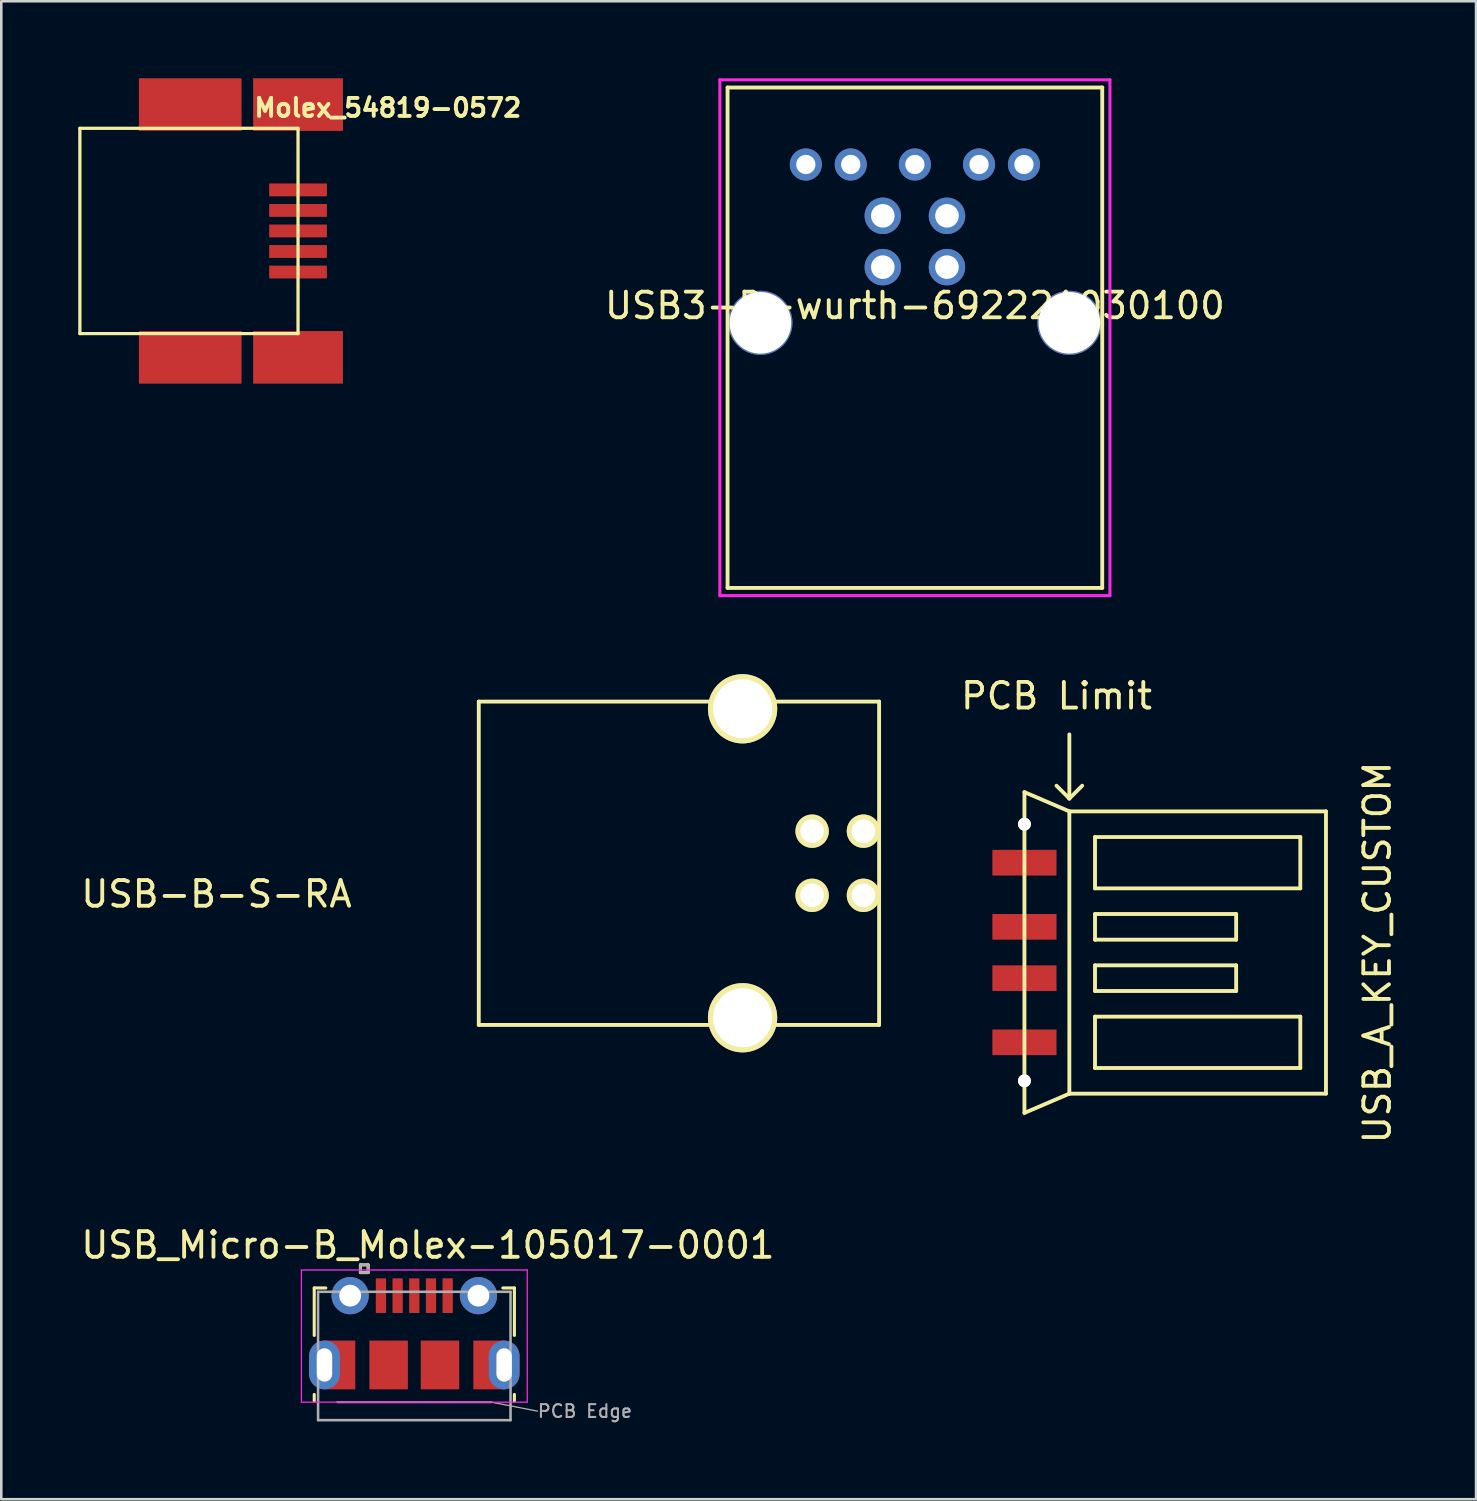
<source format=kicad_pcb>
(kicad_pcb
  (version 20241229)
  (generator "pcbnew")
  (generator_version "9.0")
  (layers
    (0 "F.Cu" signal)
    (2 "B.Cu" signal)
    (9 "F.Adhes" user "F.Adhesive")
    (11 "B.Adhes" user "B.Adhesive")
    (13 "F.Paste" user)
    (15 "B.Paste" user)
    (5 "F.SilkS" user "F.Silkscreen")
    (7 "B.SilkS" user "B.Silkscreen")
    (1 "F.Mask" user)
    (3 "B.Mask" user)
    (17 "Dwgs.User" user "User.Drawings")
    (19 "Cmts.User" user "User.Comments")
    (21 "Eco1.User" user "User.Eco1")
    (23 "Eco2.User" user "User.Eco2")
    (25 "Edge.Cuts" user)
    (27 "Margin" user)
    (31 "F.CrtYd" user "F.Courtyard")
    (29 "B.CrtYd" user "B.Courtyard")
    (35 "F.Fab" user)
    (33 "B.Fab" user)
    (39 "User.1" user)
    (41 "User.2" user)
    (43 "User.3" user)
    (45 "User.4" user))
  (footprint "USB_A_KEY_CUSTOM"
    (layer "F.Cu")
    (at 38.621 34.068)
    (property "Reference" "USB_A_KEY_CUSTOM" (at 12 0 90) (layer "F.SilkS") (effects (font (size 1 1) (thickness 0.15))))
    (attr through_hole)
    (fp_line (start -1.75 -6.25) (end -1.75 6.25) (stroke (width 0.15) (type solid)) (layer "F.SilkS"))
    (fp_line (start 0 -8.5) (end 0 -6) (stroke (width 0.15) (type solid)) (layer "F.SilkS"))
    (fp_line (start 0 -6) (end -0.5 -6.5) (stroke (width 0.15) (type solid)) (layer "F.SilkS"))
    (fp_line (start 0 -6) (end 0.5 -6.5) (stroke (width 0.15) (type solid)) (layer "F.SilkS"))
    (fp_line (start 0 -5.5) (end -1.75 -6.25) (stroke (width 0.15) (type solid)) (layer "F.SilkS"))
    (fp_line (start 0 -5.5) (end 0 5.5) (stroke (width 0.15) (type solid)) (layer "F.SilkS"))
    (fp_line (start 0 5.5) (end -1.75 6.25) (stroke (width 0.15) (type solid)) (layer "F.SilkS"))
    (fp_line (start 0 5.5) (end 10 5.5) (stroke (width 0.15) (type solid)) (layer "F.SilkS"))
    (fp_line (start 1 -4.5) (end 1 -2.5) (stroke (width 0.15) (type solid)) (layer "F.SilkS"))
    (fp_line (start 1 -2.5) (end 9 -2.5) (stroke (width 0.15) (type solid)) (layer "F.SilkS"))
    (fp_line (start 1 -1.5) (end 6.5 -1.5) (stroke (width 0.15) (type solid)) (layer "F.SilkS"))
    (fp_line (start 1 -0.5) (end 1 -1.5) (stroke (width 0.15) (type solid)) (layer "F.SilkS"))
    (fp_line (start 1 0.5) (end 6.5 0.5) (stroke (width 0.15) (type solid)) (layer "F.SilkS"))
    (fp_line (start 1 1.5) (end 1 0.5) (stroke (width 0.15) (type solid)) (layer "F.SilkS"))
    (fp_line (start 1 2.5) (end 9 2.5) (stroke (width 0.15) (type solid)) (layer "F.SilkS"))
    (fp_line (start 1 4.5) (end 1 2.5) (stroke (width 0.15) (type solid)) (layer "F.SilkS"))
    (fp_line (start 6.5 -1.5) (end 6.5 -0.5) (stroke (width 0.15) (type solid)) (layer "F.SilkS"))
    (fp_line (start 6.5 -0.5) (end 1 -0.5) (stroke (width 0.15) (type solid)) (layer "F.SilkS"))
    (fp_line (start 6.5 0.5) (end 6.5 1.5) (stroke (width 0.15) (type solid)) (layer "F.SilkS"))
    (fp_line (start 6.5 1.5) (end 1 1.5) (stroke (width 0.15) (type solid)) (layer "F.SilkS"))
    (fp_line (start 9 -4.5) (end 1 -4.5) (stroke (width 0.15) (type solid)) (layer "F.SilkS"))
    (fp_line (start 9 -2.5) (end 9 -4.5) (stroke (width 0.15) (type solid)) (layer "F.SilkS"))
    (fp_line (start 9 2.5) (end 9 4.5) (stroke (width 0.15) (type solid)) (layer "F.SilkS"))
    (fp_line (start 9 4.5) (end 1 4.5) (stroke (width 0.15) (type solid)) (layer "F.SilkS"))
    (fp_line (start 10 -5.5) (end 0 -5.5) (stroke (width 0.15) (type solid)) (layer "F.SilkS"))
    (fp_line (start 10 5.5) (end 10 -5.5) (stroke (width 0.15) (type solid)) (layer "F.SilkS"))
    (fp_text user "PCB Limit" (at -0.5 -10 0) (layer "F.SilkS") (effects (font (size 1 1) (thickness 0.15))))
    (pad "" np_thru_hole circle (at -1.75 -5) (size 0.5 0.5) (drill 0.5) (layers "*.Cu" "*.Mask" "F.SilkS"))
    (pad "" np_thru_hole circle (at -1.75 5) (size 0.5 0.5) (drill 0.5) (layers "*.Cu" "*.Mask" "F.SilkS"))
    (pad "1" smd rect (at -1.75 -3.5) (size 2.5 1) (layers "F.Cu" "F.Mask" "F.Paste"))
    (pad "2" smd rect (at -1.75 -1) (size 2.5 1) (layers "F.Cu" "F.Mask" "F.Paste"))
    (pad "3" smd rect (at -1.75 1) (size 2.5 1) (layers "F.Cu" "F.Mask" "F.Paste"))
    (pad "4" smd rect (at -1.75 3.5) (size 2.5 1) (layers "F.Cu" "F.Mask" "F.Paste")))
  (footprint "USB-B-S-RA"
    (layer "F.Cu")
    (at 25.887 30.59)
    (property "Reference" "USB-B-S-RA" (at -20.5 1.2 0) (layer "F.SilkS") (effects (font (size 1 1) (thickness 0.15))))
    (attr through_hole)
    (fp_line (start -10.28 -6.3) (end -10.28 6.3) (stroke (width 0.15) (type solid)) (layer "F.SilkS"))
    (fp_line (start 0 -6.3) (end -10.28 -6.3) (stroke (width 0.15) (type solid)) (layer "F.SilkS"))
    (fp_line (start 0 -6.3) (end 5.32 -6.3) (stroke (width 0.15) (type solid)) (layer "F.SilkS"))
    (fp_line (start 0 6.3) (end -10.28 6.3) (stroke (width 0.15) (type solid)) (layer "F.SilkS"))
    (fp_line (start 0 6.3) (end 5.32 6.3) (stroke (width 0.15) (type solid)) (layer "F.SilkS"))
    (fp_line (start 5.32 -6.3) (end 5.32 6.3) (stroke (width 0.15) (type solid)) (layer "F.SilkS"))
    (pad "1" thru_hole circle (at 4.71 1.25) (size 1.3 1.3) (drill 0.92) (layers "*.Cu" "*.Mask" "F.SilkS"))
    (pad "2" thru_hole circle (at 4.71 -1.25) (size 1.3 1.3) (drill 0.92) (layers "*.Cu" "*.Mask" "F.SilkS"))
    (pad "3" thru_hole circle (at 2.71 -1.25) (size 1.3 1.3) (drill 0.92) (layers "*.Cu" "*.Mask" "F.SilkS"))
    (pad "4" thru_hole circle (at 2.71 1.25) (size 1.3 1.3) (drill 0.92) (layers "*.Cu" "*.Mask" "F.SilkS"))
    (pad "5" thru_hole circle (at 0 -6.02) (size 2.7 2.7) (drill 2.3) (layers "*.Cu" "*.Mask" "F.SilkS"))
    (pad "5" thru_hole circle (at 0 6.02) (size 2.7 2.7) (drill 2.3) (layers "*.Cu" "*.Mask" "F.SilkS")))
  (footprint "USB_Micro-B_Molex-105017-0001"
    (layer "F.Cu")
    (at 13.095 47.44)
    (property "Reference" "USB_Micro-B_Molex-105017-0001" (at 0.53 -1.97 0) (layer "F.SilkS") (effects (font (size 1 1) (thickness 0.15))))
    (attr through_hole)
    (fp_line (start -3.9 -0.3) (end -3.45 -0.3) (stroke (width 0.12) (type solid)) (layer "F.SilkS"))
    (fp_line (start -3.9 1.55) (end -3.9 -0.3) (stroke (width 0.12) (type solid)) (layer "F.SilkS"))
    (fp_line (start -3.9 4.1) (end -3.9 3.85) (stroke (width 0.12) (type solid)) (layer "F.SilkS"))
    (fp_line (start -2.1 -1.2) (end -1.8 -1.2) (stroke (width 0.12) (type solid)) (layer "F.SilkS"))
    (fp_line (start -2.1 -0.9) (end -2.1 -1.2) (stroke (width 0.12) (type solid)) (layer "F.SilkS"))
    (fp_line (start -1.8 -1.2) (end -1.8 -0.9) (stroke (width 0.12) (type solid)) (layer "F.SilkS"))
    (fp_line (start -1.8 -0.9) (end -2.1 -0.9) (stroke (width 0.12) (type solid)) (layer "F.SilkS"))
    (fp_line (start 3.9 -0.3) (end 3.45 -0.3) (stroke (width 0.12) (type solid)) (layer "F.SilkS"))
    (fp_line (start 3.9 1.55) (end 3.9 -0.3) (stroke (width 0.12) (type solid)) (layer "F.SilkS"))
    (fp_line (start 3.9 4.1) (end 3.9 3.85) (stroke (width 0.12) (type solid)) (layer "F.SilkS"))
    (fp_line (start -4.4 -1) (end 4.4 -1) (stroke (width 0.05) (type solid)) (layer "F.CrtYd"))
    (fp_line (start -4.4 4.15) (end -4.4 -1) (stroke (width 0.05) (type solid)) (layer "F.CrtYd"))
    (fp_line (start -4.4 4.15) (end 4.4 4.15) (stroke (width 0.05) (type solid)) (layer "F.CrtYd"))
    (fp_line (start 4.4 -1) (end 4.4 4.15) (stroke (width 0.05) (type solid)) (layer "F.CrtYd"))
    (fp_line (start -3.75 -0.15) (end 3.75 -0.15) (stroke (width 0.1) (type solid)) (layer "F.Fab"))
    (fp_line (start -3.75 4.85) (end -3.75 -0.15) (stroke (width 0.1) (type solid)) (layer "F.Fab"))
    (fp_line (start -3.75 4.852) (end 3.75 4.852) (stroke (width 0.1) (type solid)) (layer "F.Fab"))
    (fp_line (start -3 4.152) (end 3 4.152) (stroke (width 0.08) (type solid)) (layer "F.Fab"))
    (fp_line (start -2.1 -1.2) (end -1.8 -1.2) (stroke (width 0.1) (type solid)) (layer "F.Fab"))
    (fp_line (start -2.1 -0.9) (end -2.1 -1.2) (stroke (width 0.1) (type solid)) (layer "F.Fab"))
    (fp_line (start -2 -0.9) (end -2.1 -0.9) (stroke (width 0.1) (type solid)) (layer "F.Fab"))
    (fp_line (start -1.8 -1.2) (end -1.8 -0.9) (stroke (width 0.1) (type solid)) (layer "F.Fab"))
    (fp_line (start -1.8 -0.9) (end -2 -0.9) (stroke (width 0.1) (type solid)) (layer "F.Fab"))
    (fp_line (start 3 4.15) (end 4.8 4.5) (stroke (width 0.05) (type solid)) (layer "F.Fab"))
    (fp_line (start 3.75 4.85) (end 3.75 -0.15) (stroke (width 0.1) (type solid)) (layer "F.Fab"))
    (fp_text user "PCB Edge" (at 6.65 4.5 0) (layer "F.Fab") (effects (font (size 0.5 0.5) (thickness 0.08))))
    (pad "1" smd rect (at -1.3 0) (size 0.4 1.35) (layers "F.Cu" "F.Mask" "F.Paste"))
    (pad "2" smd rect (at -0.65 0) (size 0.4 1.35) (layers "F.Cu" "F.Mask" "F.Paste"))
    (pad "3" smd rect (at 0 0) (size 0.4 1.35) (layers "F.Cu" "F.Mask" "F.Paste"))
    (pad "4" smd rect (at 0.65 0) (size 0.4 1.35) (layers "F.Cu" "F.Mask" "F.Paste"))
    (pad "5" smd rect (at 1.3 0) (size 0.4 1.35) (layers "F.Cu" "F.Mask" "F.Paste"))
    (pad "6" thru_hole oval (at -3.5 2.7 180) (size 1.2 1.9) (drill oval 0.6 1.3) (layers "*.Cu" "*.Mask"))
    (pad "6" smd rect (at -2.9 2.7) (size 1.2 1.9) (layers "F.Cu" "F.Mask"))
    (pad "6" thru_hole circle (at -2.5 0) (size 1.45 1.45) (drill 0.85) (layers "*.Cu" "*.Mask"))
    (pad "6" smd rect (at -1 2.7) (size 1.5 1.9) (layers "F.Cu" "F.Mask" "F.Paste"))
    (pad "6" smd rect (at 1 2.7) (size 1.5 1.9) (layers "F.Cu" "F.Mask" "F.Paste"))
    (pad "6" thru_hole circle (at 2.5 0) (size 1.45 1.45) (drill 0.85) (layers "*.Cu" "*.Mask"))
    (pad "6" smd rect (at 2.9 2.7) (size 1.2 1.9) (layers "F.Cu" "F.Mask"))
    (pad "6" thru_hole oval (at 3.5 2.7) (size 1.2 1.9) (drill oval 0.6 1.3) (layers "*.Cu" "*.Mask")))
  (footprint "USB3-B-wurth-692221030100"
    (layer "F.Cu")
    (at 32.602 3.36)
    (property "Reference" "USB3-B-wurth-692221030100" (at 0 5.5 0) (layer "F.SilkS") (effects (font (size 1 1) (thickness 0.15))))
    (attr through_hole)
    (fp_line (start -7.3 -3) (end 7.3 -3) (stroke (width 0.15) (type solid)) (layer "F.SilkS"))
    (fp_line (start -7.3 16.5) (end -7.3 -3) (stroke (width 0.15) (type solid)) (layer "F.SilkS"))
    (fp_line (start 7.3 -3) (end 7.3 6.2) (stroke (width 0.15) (type solid)) (layer "F.SilkS"))
    (fp_line (start 7.3 6.2) (end 7.3 16.5) (stroke (width 0.15) (type solid)) (layer "F.SilkS"))
    (fp_line (start 7.3 16.5) (end -7.3 16.5) (stroke (width 0.15) (type solid)) (layer "F.SilkS"))
    (fp_line (start -7.6 -3.3) (end 7.6 -3.3) (stroke (width 0.12) (type solid)) (layer "F.CrtYd"))
    (fp_line (start -7.6 16.8) (end -7.6 -3.3) (stroke (width 0.12) (type solid)) (layer "F.CrtYd"))
    (fp_line (start 7.6 -3.3) (end 7.6 16.8) (stroke (width 0.12) (type solid)) (layer "F.CrtYd"))
    (fp_line (start 7.6 16.8) (end -7.6 16.8) (stroke (width 0.12) (type solid)) (layer "F.CrtYd"))
    (pad "1" thru_hole circle (at 1.25 2) (size 1.42 1.42) (drill 0.92) (layers "*.Cu" "*.Mask"))
    (pad "2" thru_hole circle (at -1.25 2) (size 1.42 1.42) (drill 0.92) (layers "*.Cu" "*.Mask"))
    (pad "3" thru_hole circle (at -1.25 4) (size 1.42 1.42) (drill 0.92) (layers "*.Cu" "*.Mask"))
    (pad "4" thru_hole circle (at 1.25 4) (size 1.42 1.42) (drill 0.92) (layers "*.Cu" "*.Mask"))
    (pad "5" thru_hole circle (at -4.25 0) (size 1.25 1.25) (drill 0.75) (layers "*.Cu" "*.Mask"))
    (pad "6" thru_hole circle (at -2.5 0) (size 1.25 1.25) (drill 0.75) (layers "*.Cu" "*.Mask"))
    (pad "7" thru_hole circle (at 0 0) (size 1.25 1.25) (drill 0.75) (layers "*.Cu" "*.Mask"))
    (pad "8" thru_hole circle (at 2.5 0) (size 1.25 1.25) (drill 0.75) (layers "*.Cu" "*.Mask"))
    (pad "9" thru_hole circle (at 4.25 0) (size 1.25 1.25) (drill 0.75) (layers "*.Cu" "*.Mask"))
    (pad "10" thru_hole circle (at -6.02 6.17) (size 2.5 2.5) (drill 2.4) (layers "*.Cu" "*.Mask"))
    (pad "10" thru_hole circle (at 6.02 6.17) (size 2.5 2.5) (drill 2.4) (layers "*.Cu" "*.Mask")))
  (footprint "Molex_54819-0572"
    (layer "F.Cu")
    (at 4.564 5.95)
    (property "Reference" "Molex_54819-0572" (at 7.5 -4.8 0) (layer "F.SilkS") (effects (font (size 0.7 0.7) (thickness 0.152))))
    (attr through_hole)
    (fp_line (start -4.501 -4) (end 4 -4) (stroke (width 0.127) (type solid)) (layer "F.SilkS"))
    (fp_line (start -4.501 4) (end -4.501 -4) (stroke (width 0.127) (type solid)) (layer "F.SilkS"))
    (fp_line (start 4 -4) (end 4 4) (stroke (width 0.127) (type solid)) (layer "F.SilkS"))
    (fp_line (start 4 4) (end -4.501 4) (stroke (width 0.127) (type solid)) (layer "F.SilkS"))
    (pad "0" smd rect (at -0.201 -4.925) (size 4 2.05) (layers "F.Cu" "F.Mask" "F.Paste"))
    (pad "0" smd rect (at -0.201 4.925) (size 4 2.05) (layers "F.Cu" "F.Mask" "F.Paste"))
    (pad "0" smd rect (at 4 -4.925) (size 3.5 2.05) (layers "F.Cu" "F.Mask" "F.Paste"))
    (pad "0" smd rect (at 4 4.925) (size 3.5 2.05) (layers "F.Cu" "F.Mask" "F.Paste"))
    (pad "1" smd rect (at 4 -1.6) (size 2.25 0.5) (layers "F.Cu" "F.Mask" "F.Paste"))
    (pad "2" smd rect (at 4 -0.8) (size 2.25 0.5) (layers "F.Cu" "F.Mask" "F.Paste"))
    (pad "3" smd rect (at 4 0) (size 2.25 0.5) (layers "F.Cu" "F.Mask" "F.Paste"))
    (pad "4" smd rect (at 4 0.8) (size 2.25 0.5) (layers "F.Cu" "F.Mask" "F.Paste"))
    (pad "5" smd rect (at 4 1.6) (size 2.25 0.5) (layers "F.Cu" "F.Mask" "F.Paste")))
  (gr_rect
    (start -3 -3)
    (end 54.469 55.373)
    (stroke (width 0.1) (type default))
    (fill no)
    (layer "Edge.Cuts")))
</source>
